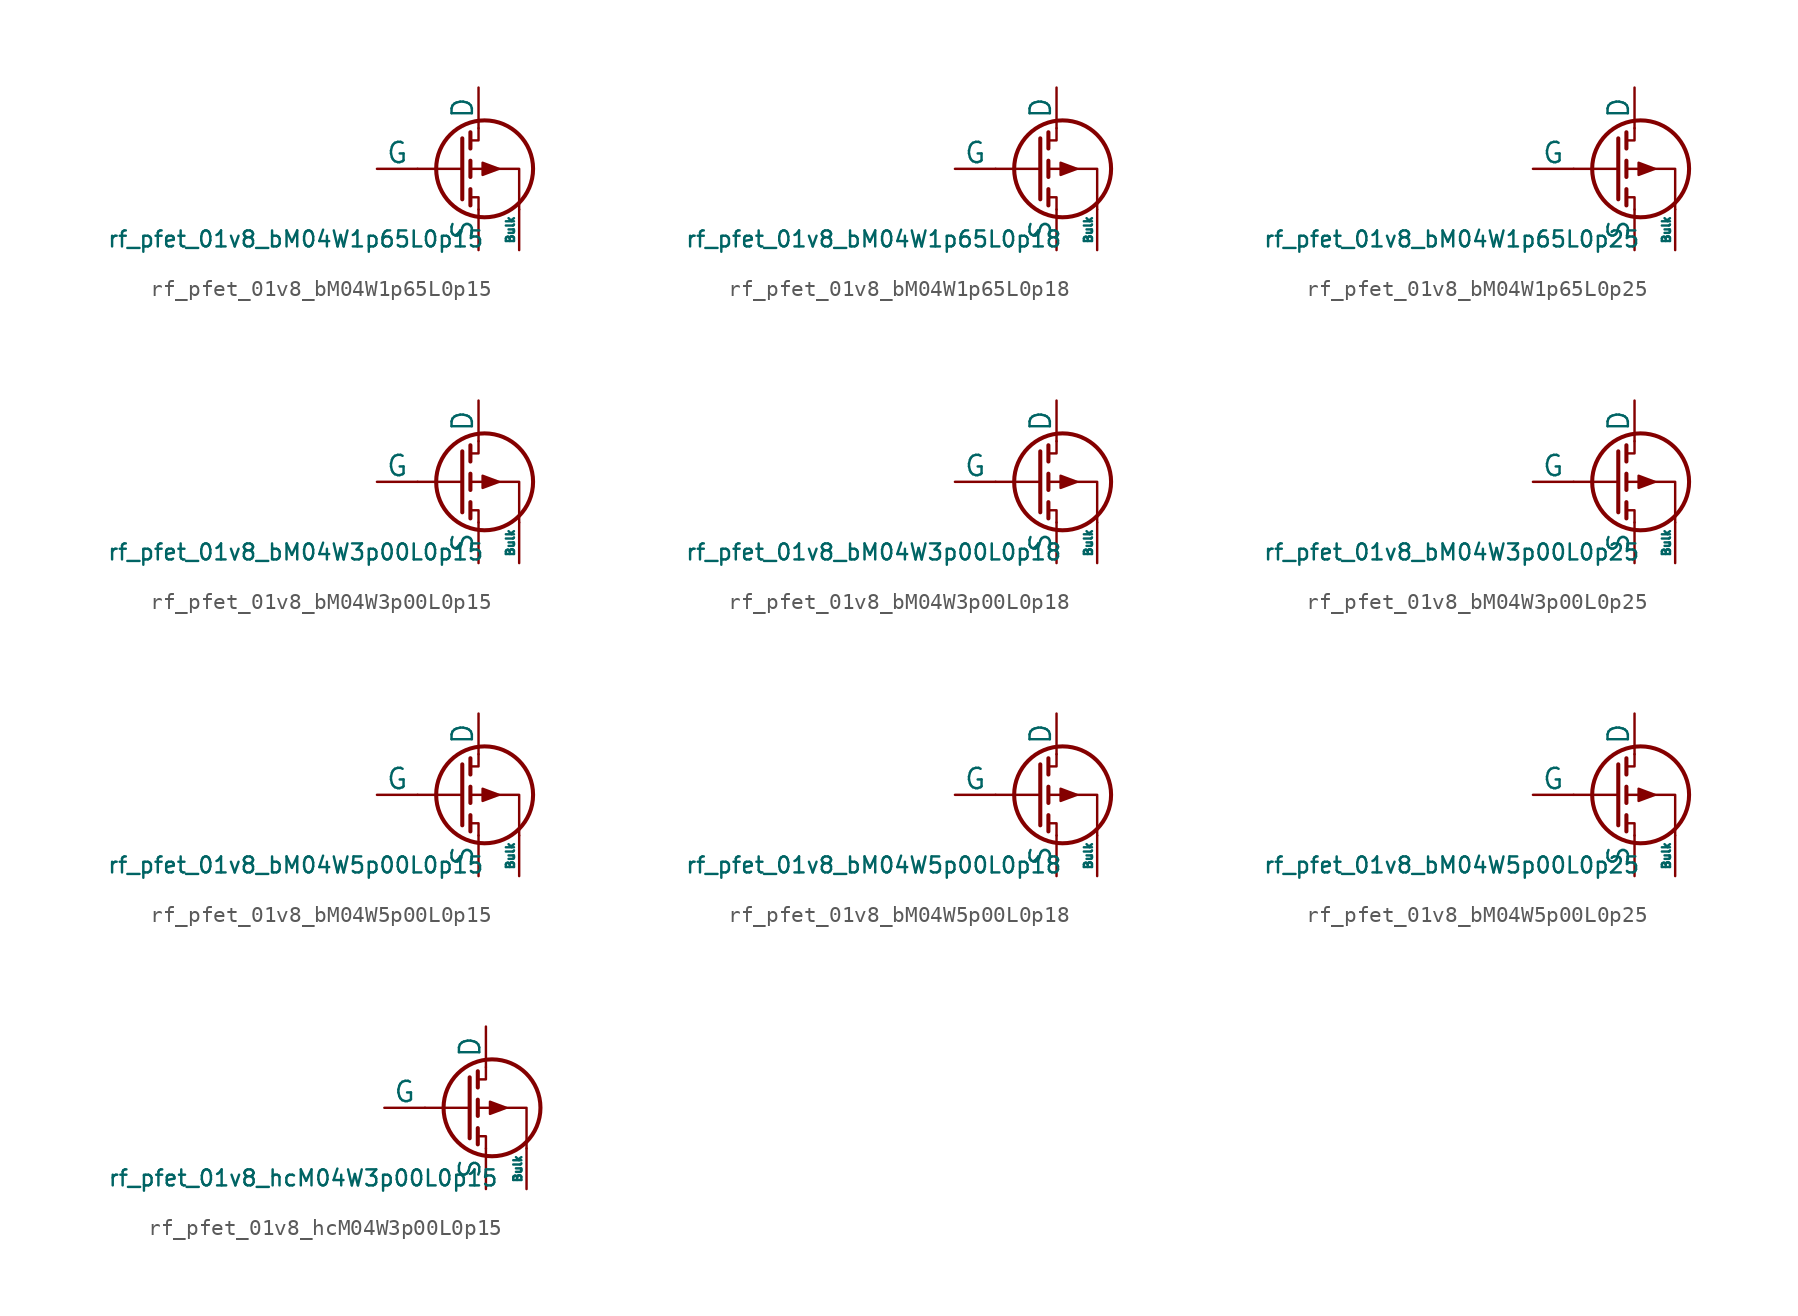
<source format=kicad_sym>
(kicad_symbol_lib
  (version 20211014)
  (generator pdk2kicad)
  (symbol "rf_pfet_01v8_bM04W1p65L0p15"
    (pin_numbers hide)
    (pin_names
      (offset 0))
    (property "Reference" "Q"
      (at 0 0 0)
      (effects (font (size 1 1)) hide))
    (property "Value" "rf_pfet_01v8_bM04W1p65L0p15"
      (at -8.89 -3.81 0)
      (effects (font (size 1 1)) (justify top)))
    (polyline
      (pts (xy 1.524 0) (xy -1.27 0))
      (stroke (width 0) (type default))
      (fill (type none)))
    (polyline
      (pts (xy 1.524 1.905) (xy 1.524 -1.905))
      (stroke (width 0.254) (type default))
      (fill (type none)))
    (polyline
      (pts (xy 2.032 -1.27) (xy 2.032 -2.286))
      (stroke (width 0.254) (type default))
      (fill (type none)))
    (polyline
      (pts (xy 2.032 0.508) (xy 2.032 -0.508))
      (stroke (width 0.254) (type default))
      (fill (type none)))
    (polyline
      (pts (xy 2.032 2.286) (xy 2.032 1.27))
      (stroke (width 0.254) (type default))
      (fill (type none)))
    (polyline
      (pts (xy 2.032 1.778) (xy 2.54 1.778) (xy 2.54 2.54))
      (stroke (width 0) (type default))
      (fill (type none)))
    (polyline
      (pts (xy 2.54 -2.54) (xy 2.54 -1.778) (xy 2.032 -1.778))
      (stroke (width 0) (type default))
      (fill (type none)))
    (polyline
      (pts (xy 5.08 -2.54) (xy 5.08 0) (xy 2.032 0))
      (stroke (width 0) (type default))
      (fill (type none)))
    (polyline
      (pts (xy 3.81 0) (xy 2.794 0.381) (xy 2.794 -0.381) (xy 3.81 0))
      (stroke (width 0) (type default))
      (fill (type outline)))
    (circle
      (center 2.921 0)
      (radius 3.029)
      (stroke (width 0.254) (type default))
      (fill (type none)))
    (pin passive line
      (at 2.54 5.08 270)
      (length 2.54)
      (name "D" (effects (font (size 1.27 1.27))))
      (number "2" (effects (font (size 1.27 1.27)))))
    (pin input line
      (at -3.81 0 0)
      (length 2.54)
      (name "G" (effects (font (size 1.27 1.27))))
      (number "3" (effects (font (size 1.27 1.27)))))
    (pin passive line
      (at 2.54 -5.08 90)
      (length 2.54)
      (name "S" (effects (font (size 1.27 1.27))))
      (number "4" (effects (font (size 1.27 1.27)))))
    (pin input line
      (at 5.08 -5.08 90)
      (length 2.54)
      (name "Bulk" (effects (font (size 0.508 0.508))))
      (number "1" (effects (font (size 1.27 1.27))))))
  (symbol "rf_pfet_01v8_bM04W1p65L0p18"
    (pin_numbers hide)
    (pin_names
      (offset 0))
    (property "Reference" "Q"
      (at 0 0 0)
      (effects (font (size 1 1)) hide))
    (property "Value" "rf_pfet_01v8_bM04W1p65L0p18"
      (at -8.89 -3.81 0)
      (effects (font (size 1 1)) (justify top)))
    (polyline
      (pts (xy 1.524 0) (xy -1.27 0))
      (stroke (width 0) (type default))
      (fill (type none)))
    (polyline
      (pts (xy 1.524 1.905) (xy 1.524 -1.905))
      (stroke (width 0.254) (type default))
      (fill (type none)))
    (polyline
      (pts (xy 2.032 -1.27) (xy 2.032 -2.286))
      (stroke (width 0.254) (type default))
      (fill (type none)))
    (polyline
      (pts (xy 2.032 0.508) (xy 2.032 -0.508))
      (stroke (width 0.254) (type default))
      (fill (type none)))
    (polyline
      (pts (xy 2.032 2.286) (xy 2.032 1.27))
      (stroke (width 0.254) (type default))
      (fill (type none)))
    (polyline
      (pts (xy 2.032 1.778) (xy 2.54 1.778) (xy 2.54 2.54))
      (stroke (width 0) (type default))
      (fill (type none)))
    (polyline
      (pts (xy 2.54 -2.54) (xy 2.54 -1.778) (xy 2.032 -1.778))
      (stroke (width 0) (type default))
      (fill (type none)))
    (polyline
      (pts (xy 5.08 -2.54) (xy 5.08 0) (xy 2.032 0))
      (stroke (width 0) (type default))
      (fill (type none)))
    (polyline
      (pts (xy 3.81 0) (xy 2.794 0.381) (xy 2.794 -0.381) (xy 3.81 0))
      (stroke (width 0) (type default))
      (fill (type outline)))
    (circle
      (center 2.921 0)
      (radius 3.029)
      (stroke (width 0.254) (type default))
      (fill (type none)))
    (pin passive line
      (at 2.54 5.08 270)
      (length 2.54)
      (name "D" (effects (font (size 1.27 1.27))))
      (number "2" (effects (font (size 1.27 1.27)))))
    (pin input line
      (at -3.81 0 0)
      (length 2.54)
      (name "G" (effects (font (size 1.27 1.27))))
      (number "3" (effects (font (size 1.27 1.27)))))
    (pin passive line
      (at 2.54 -5.08 90)
      (length 2.54)
      (name "S" (effects (font (size 1.27 1.27))))
      (number "4" (effects (font (size 1.27 1.27)))))
    (pin input line
      (at 5.08 -5.08 90)
      (length 2.54)
      (name "Bulk" (effects (font (size 0.508 0.508))))
      (number "1" (effects (font (size 1.27 1.27))))))
  (symbol "rf_pfet_01v8_bM04W1p65L0p25"
    (pin_numbers hide)
    (pin_names
      (offset 0))
    (property "Reference" "Q"
      (at 0 0 0)
      (effects (font (size 1 1)) hide))
    (property "Value" "rf_pfet_01v8_bM04W1p65L0p25"
      (at -8.89 -3.81 0)
      (effects (font (size 1 1)) (justify top)))
    (polyline
      (pts (xy 1.524 0) (xy -1.27 0))
      (stroke (width 0) (type default))
      (fill (type none)))
    (polyline
      (pts (xy 1.524 1.905) (xy 1.524 -1.905))
      (stroke (width 0.254) (type default))
      (fill (type none)))
    (polyline
      (pts (xy 2.032 -1.27) (xy 2.032 -2.286))
      (stroke (width 0.254) (type default))
      (fill (type none)))
    (polyline
      (pts (xy 2.032 0.508) (xy 2.032 -0.508))
      (stroke (width 0.254) (type default))
      (fill (type none)))
    (polyline
      (pts (xy 2.032 2.286) (xy 2.032 1.27))
      (stroke (width 0.254) (type default))
      (fill (type none)))
    (polyline
      (pts (xy 2.032 1.778) (xy 2.54 1.778) (xy 2.54 2.54))
      (stroke (width 0) (type default))
      (fill (type none)))
    (polyline
      (pts (xy 2.54 -2.54) (xy 2.54 -1.778) (xy 2.032 -1.778))
      (stroke (width 0) (type default))
      (fill (type none)))
    (polyline
      (pts (xy 5.08 -2.54) (xy 5.08 0) (xy 2.032 0))
      (stroke (width 0) (type default))
      (fill (type none)))
    (polyline
      (pts (xy 3.81 0) (xy 2.794 0.381) (xy 2.794 -0.381) (xy 3.81 0))
      (stroke (width 0) (type default))
      (fill (type outline)))
    (circle
      (center 2.921 0)
      (radius 3.029)
      (stroke (width 0.254) (type default))
      (fill (type none)))
    (pin passive line
      (at 2.54 5.08 270)
      (length 2.54)
      (name "D" (effects (font (size 1.27 1.27))))
      (number "2" (effects (font (size 1.27 1.27)))))
    (pin input line
      (at -3.81 0 0)
      (length 2.54)
      (name "G" (effects (font (size 1.27 1.27))))
      (number "3" (effects (font (size 1.27 1.27)))))
    (pin passive line
      (at 2.54 -5.08 90)
      (length 2.54)
      (name "S" (effects (font (size 1.27 1.27))))
      (number "4" (effects (font (size 1.27 1.27)))))
    (pin input line
      (at 5.08 -5.08 90)
      (length 2.54)
      (name "Bulk" (effects (font (size 0.508 0.508))))
      (number "1" (effects (font (size 1.27 1.27))))))
  (symbol "rf_pfet_01v8_bM04W3p00L0p15"
    (pin_numbers hide)
    (pin_names
      (offset 0))
    (property "Reference" "Q"
      (at 0 0 0)
      (effects (font (size 1 1)) hide))
    (property "Value" "rf_pfet_01v8_bM04W3p00L0p15"
      (at -8.89 -3.81 0)
      (effects (font (size 1 1)) (justify top)))
    (polyline
      (pts (xy 1.524 0) (xy -1.27 0))
      (stroke (width 0) (type default))
      (fill (type none)))
    (polyline
      (pts (xy 1.524 1.905) (xy 1.524 -1.905))
      (stroke (width 0.254) (type default))
      (fill (type none)))
    (polyline
      (pts (xy 2.032 -1.27) (xy 2.032 -2.286))
      (stroke (width 0.254) (type default))
      (fill (type none)))
    (polyline
      (pts (xy 2.032 0.508) (xy 2.032 -0.508))
      (stroke (width 0.254) (type default))
      (fill (type none)))
    (polyline
      (pts (xy 2.032 2.286) (xy 2.032 1.27))
      (stroke (width 0.254) (type default))
      (fill (type none)))
    (polyline
      (pts (xy 2.032 1.778) (xy 2.54 1.778) (xy 2.54 2.54))
      (stroke (width 0) (type default))
      (fill (type none)))
    (polyline
      (pts (xy 2.54 -2.54) (xy 2.54 -1.778) (xy 2.032 -1.778))
      (stroke (width 0) (type default))
      (fill (type none)))
    (polyline
      (pts (xy 5.08 -2.54) (xy 5.08 0) (xy 2.032 0))
      (stroke (width 0) (type default))
      (fill (type none)))
    (polyline
      (pts (xy 3.81 0) (xy 2.794 0.381) (xy 2.794 -0.381) (xy 3.81 0))
      (stroke (width 0) (type default))
      (fill (type outline)))
    (circle
      (center 2.921 0)
      (radius 3.029)
      (stroke (width 0.254) (type default))
      (fill (type none)))
    (pin passive line
      (at 2.54 5.08 270)
      (length 2.54)
      (name "D" (effects (font (size 1.27 1.27))))
      (number "2" (effects (font (size 1.27 1.27)))))
    (pin input line
      (at -3.81 0 0)
      (length 2.54)
      (name "G" (effects (font (size 1.27 1.27))))
      (number "3" (effects (font (size 1.27 1.27)))))
    (pin passive line
      (at 2.54 -5.08 90)
      (length 2.54)
      (name "S" (effects (font (size 1.27 1.27))))
      (number "4" (effects (font (size 1.27 1.27)))))
    (pin input line
      (at 5.08 -5.08 90)
      (length 2.54)
      (name "Bulk" (effects (font (size 0.508 0.508))))
      (number "1" (effects (font (size 1.27 1.27))))))
  (symbol "rf_pfet_01v8_bM04W3p00L0p18"
    (pin_numbers hide)
    (pin_names
      (offset 0))
    (property "Reference" "Q"
      (at 0 0 0)
      (effects (font (size 1 1)) hide))
    (property "Value" "rf_pfet_01v8_bM04W3p00L0p18"
      (at -8.89 -3.81 0)
      (effects (font (size 1 1)) (justify top)))
    (polyline
      (pts (xy 1.524 0) (xy -1.27 0))
      (stroke (width 0) (type default))
      (fill (type none)))
    (polyline
      (pts (xy 1.524 1.905) (xy 1.524 -1.905))
      (stroke (width 0.254) (type default))
      (fill (type none)))
    (polyline
      (pts (xy 2.032 -1.27) (xy 2.032 -2.286))
      (stroke (width 0.254) (type default))
      (fill (type none)))
    (polyline
      (pts (xy 2.032 0.508) (xy 2.032 -0.508))
      (stroke (width 0.254) (type default))
      (fill (type none)))
    (polyline
      (pts (xy 2.032 2.286) (xy 2.032 1.27))
      (stroke (width 0.254) (type default))
      (fill (type none)))
    (polyline
      (pts (xy 2.032 1.778) (xy 2.54 1.778) (xy 2.54 2.54))
      (stroke (width 0) (type default))
      (fill (type none)))
    (polyline
      (pts (xy 2.54 -2.54) (xy 2.54 -1.778) (xy 2.032 -1.778))
      (stroke (width 0) (type default))
      (fill (type none)))
    (polyline
      (pts (xy 5.08 -2.54) (xy 5.08 0) (xy 2.032 0))
      (stroke (width 0) (type default))
      (fill (type none)))
    (polyline
      (pts (xy 3.81 0) (xy 2.794 0.381) (xy 2.794 -0.381) (xy 3.81 0))
      (stroke (width 0) (type default))
      (fill (type outline)))
    (circle
      (center 2.921 0)
      (radius 3.029)
      (stroke (width 0.254) (type default))
      (fill (type none)))
    (pin passive line
      (at 2.54 5.08 270)
      (length 2.54)
      (name "D" (effects (font (size 1.27 1.27))))
      (number "2" (effects (font (size 1.27 1.27)))))
    (pin input line
      (at -3.81 0 0)
      (length 2.54)
      (name "G" (effects (font (size 1.27 1.27))))
      (number "3" (effects (font (size 1.27 1.27)))))
    (pin passive line
      (at 2.54 -5.08 90)
      (length 2.54)
      (name "S" (effects (font (size 1.27 1.27))))
      (number "4" (effects (font (size 1.27 1.27)))))
    (pin input line
      (at 5.08 -5.08 90)
      (length 2.54)
      (name "Bulk" (effects (font (size 0.508 0.508))))
      (number "1" (effects (font (size 1.27 1.27))))))
  (symbol "rf_pfet_01v8_bM04W3p00L0p25"
    (pin_numbers hide)
    (pin_names
      (offset 0))
    (property "Reference" "Q"
      (at 0 0 0)
      (effects (font (size 1 1)) hide))
    (property "Value" "rf_pfet_01v8_bM04W3p00L0p25"
      (at -8.89 -3.81 0)
      (effects (font (size 1 1)) (justify top)))
    (polyline
      (pts (xy 1.524 0) (xy -1.27 0))
      (stroke (width 0) (type default))
      (fill (type none)))
    (polyline
      (pts (xy 1.524 1.905) (xy 1.524 -1.905))
      (stroke (width 0.254) (type default))
      (fill (type none)))
    (polyline
      (pts (xy 2.032 -1.27) (xy 2.032 -2.286))
      (stroke (width 0.254) (type default))
      (fill (type none)))
    (polyline
      (pts (xy 2.032 0.508) (xy 2.032 -0.508))
      (stroke (width 0.254) (type default))
      (fill (type none)))
    (polyline
      (pts (xy 2.032 2.286) (xy 2.032 1.27))
      (stroke (width 0.254) (type default))
      (fill (type none)))
    (polyline
      (pts (xy 2.032 1.778) (xy 2.54 1.778) (xy 2.54 2.54))
      (stroke (width 0) (type default))
      (fill (type none)))
    (polyline
      (pts (xy 2.54 -2.54) (xy 2.54 -1.778) (xy 2.032 -1.778))
      (stroke (width 0) (type default))
      (fill (type none)))
    (polyline
      (pts (xy 5.08 -2.54) (xy 5.08 0) (xy 2.032 0))
      (stroke (width 0) (type default))
      (fill (type none)))
    (polyline
      (pts (xy 3.81 0) (xy 2.794 0.381) (xy 2.794 -0.381) (xy 3.81 0))
      (stroke (width 0) (type default))
      (fill (type outline)))
    (circle
      (center 2.921 0)
      (radius 3.029)
      (stroke (width 0.254) (type default))
      (fill (type none)))
    (pin passive line
      (at 2.54 5.08 270)
      (length 2.54)
      (name "D" (effects (font (size 1.27 1.27))))
      (number "2" (effects (font (size 1.27 1.27)))))
    (pin input line
      (at -3.81 0 0)
      (length 2.54)
      (name "G" (effects (font (size 1.27 1.27))))
      (number "3" (effects (font (size 1.27 1.27)))))
    (pin passive line
      (at 2.54 -5.08 90)
      (length 2.54)
      (name "S" (effects (font (size 1.27 1.27))))
      (number "4" (effects (font (size 1.27 1.27)))))
    (pin input line
      (at 5.08 -5.08 90)
      (length 2.54)
      (name "Bulk" (effects (font (size 0.508 0.508))))
      (number "1" (effects (font (size 1.27 1.27))))))
  (symbol "rf_pfet_01v8_bM04W5p00L0p15"
    (pin_numbers hide)
    (pin_names
      (offset 0))
    (property "Reference" "Q"
      (at 0 0 0)
      (effects (font (size 1 1)) hide))
    (property "Value" "rf_pfet_01v8_bM04W5p00L0p15"
      (at -8.89 -3.81 0)
      (effects (font (size 1 1)) (justify top)))
    (polyline
      (pts (xy 1.524 0) (xy -1.27 0))
      (stroke (width 0) (type default))
      (fill (type none)))
    (polyline
      (pts (xy 1.524 1.905) (xy 1.524 -1.905))
      (stroke (width 0.254) (type default))
      (fill (type none)))
    (polyline
      (pts (xy 2.032 -1.27) (xy 2.032 -2.286))
      (stroke (width 0.254) (type default))
      (fill (type none)))
    (polyline
      (pts (xy 2.032 0.508) (xy 2.032 -0.508))
      (stroke (width 0.254) (type default))
      (fill (type none)))
    (polyline
      (pts (xy 2.032 2.286) (xy 2.032 1.27))
      (stroke (width 0.254) (type default))
      (fill (type none)))
    (polyline
      (pts (xy 2.032 1.778) (xy 2.54 1.778) (xy 2.54 2.54))
      (stroke (width 0) (type default))
      (fill (type none)))
    (polyline
      (pts (xy 2.54 -2.54) (xy 2.54 -1.778) (xy 2.032 -1.778))
      (stroke (width 0) (type default))
      (fill (type none)))
    (polyline
      (pts (xy 5.08 -2.54) (xy 5.08 0) (xy 2.032 0))
      (stroke (width 0) (type default))
      (fill (type none)))
    (polyline
      (pts (xy 3.81 0) (xy 2.794 0.381) (xy 2.794 -0.381) (xy 3.81 0))
      (stroke (width 0) (type default))
      (fill (type outline)))
    (circle
      (center 2.921 0)
      (radius 3.029)
      (stroke (width 0.254) (type default))
      (fill (type none)))
    (pin passive line
      (at 2.54 5.08 270)
      (length 2.54)
      (name "D" (effects (font (size 1.27 1.27))))
      (number "2" (effects (font (size 1.27 1.27)))))
    (pin input line
      (at -3.81 0 0)
      (length 2.54)
      (name "G" (effects (font (size 1.27 1.27))))
      (number "3" (effects (font (size 1.27 1.27)))))
    (pin passive line
      (at 2.54 -5.08 90)
      (length 2.54)
      (name "S" (effects (font (size 1.27 1.27))))
      (number "4" (effects (font (size 1.27 1.27)))))
    (pin input line
      (at 5.08 -5.08 90)
      (length 2.54)
      (name "Bulk" (effects (font (size 0.508 0.508))))
      (number "1" (effects (font (size 1.27 1.27))))))
  (symbol "rf_pfet_01v8_bM04W5p00L0p18"
    (pin_numbers hide)
    (pin_names
      (offset 0))
    (property "Reference" "Q"
      (at 0 0 0)
      (effects (font (size 1 1)) hide))
    (property "Value" "rf_pfet_01v8_bM04W5p00L0p18"
      (at -8.89 -3.81 0)
      (effects (font (size 1 1)) (justify top)))
    (polyline
      (pts (xy 1.524 0) (xy -1.27 0))
      (stroke (width 0) (type default))
      (fill (type none)))
    (polyline
      (pts (xy 1.524 1.905) (xy 1.524 -1.905))
      (stroke (width 0.254) (type default))
      (fill (type none)))
    (polyline
      (pts (xy 2.032 -1.27) (xy 2.032 -2.286))
      (stroke (width 0.254) (type default))
      (fill (type none)))
    (polyline
      (pts (xy 2.032 0.508) (xy 2.032 -0.508))
      (stroke (width 0.254) (type default))
      (fill (type none)))
    (polyline
      (pts (xy 2.032 2.286) (xy 2.032 1.27))
      (stroke (width 0.254) (type default))
      (fill (type none)))
    (polyline
      (pts (xy 2.032 1.778) (xy 2.54 1.778) (xy 2.54 2.54))
      (stroke (width 0) (type default))
      (fill (type none)))
    (polyline
      (pts (xy 2.54 -2.54) (xy 2.54 -1.778) (xy 2.032 -1.778))
      (stroke (width 0) (type default))
      (fill (type none)))
    (polyline
      (pts (xy 5.08 -2.54) (xy 5.08 0) (xy 2.032 0))
      (stroke (width 0) (type default))
      (fill (type none)))
    (polyline
      (pts (xy 3.81 0) (xy 2.794 0.381) (xy 2.794 -0.381) (xy 3.81 0))
      (stroke (width 0) (type default))
      (fill (type outline)))
    (circle
      (center 2.921 0)
      (radius 3.029)
      (stroke (width 0.254) (type default))
      (fill (type none)))
    (pin passive line
      (at 2.54 5.08 270)
      (length 2.54)
      (name "D" (effects (font (size 1.27 1.27))))
      (number "2" (effects (font (size 1.27 1.27)))))
    (pin input line
      (at -3.81 0 0)
      (length 2.54)
      (name "G" (effects (font (size 1.27 1.27))))
      (number "3" (effects (font (size 1.27 1.27)))))
    (pin passive line
      (at 2.54 -5.08 90)
      (length 2.54)
      (name "S" (effects (font (size 1.27 1.27))))
      (number "4" (effects (font (size 1.27 1.27)))))
    (pin input line
      (at 5.08 -5.08 90)
      (length 2.54)
      (name "Bulk" (effects (font (size 0.508 0.508))))
      (number "1" (effects (font (size 1.27 1.27))))))
  (symbol "rf_pfet_01v8_bM04W5p00L0p25"
    (pin_numbers hide)
    (pin_names
      (offset 0))
    (property "Reference" "Q"
      (at 0 0 0)
      (effects (font (size 1 1)) hide))
    (property "Value" "rf_pfet_01v8_bM04W5p00L0p25"
      (at -8.89 -3.81 0)
      (effects (font (size 1 1)) (justify top)))
    (polyline
      (pts (xy 1.524 0) (xy -1.27 0))
      (stroke (width 0) (type default))
      (fill (type none)))
    (polyline
      (pts (xy 1.524 1.905) (xy 1.524 -1.905))
      (stroke (width 0.254) (type default))
      (fill (type none)))
    (polyline
      (pts (xy 2.032 -1.27) (xy 2.032 -2.286))
      (stroke (width 0.254) (type default))
      (fill (type none)))
    (polyline
      (pts (xy 2.032 0.508) (xy 2.032 -0.508))
      (stroke (width 0.254) (type default))
      (fill (type none)))
    (polyline
      (pts (xy 2.032 2.286) (xy 2.032 1.27))
      (stroke (width 0.254) (type default))
      (fill (type none)))
    (polyline
      (pts (xy 2.032 1.778) (xy 2.54 1.778) (xy 2.54 2.54))
      (stroke (width 0) (type default))
      (fill (type none)))
    (polyline
      (pts (xy 2.54 -2.54) (xy 2.54 -1.778) (xy 2.032 -1.778))
      (stroke (width 0) (type default))
      (fill (type none)))
    (polyline
      (pts (xy 5.08 -2.54) (xy 5.08 0) (xy 2.032 0))
      (stroke (width 0) (type default))
      (fill (type none)))
    (polyline
      (pts (xy 3.81 0) (xy 2.794 0.381) (xy 2.794 -0.381) (xy 3.81 0))
      (stroke (width 0) (type default))
      (fill (type outline)))
    (circle
      (center 2.921 0)
      (radius 3.029)
      (stroke (width 0.254) (type default))
      (fill (type none)))
    (pin passive line
      (at 2.54 5.08 270)
      (length 2.54)
      (name "D" (effects (font (size 1.27 1.27))))
      (number "2" (effects (font (size 1.27 1.27)))))
    (pin input line
      (at -3.81 0 0)
      (length 2.54)
      (name "G" (effects (font (size 1.27 1.27))))
      (number "3" (effects (font (size 1.27 1.27)))))
    (pin passive line
      (at 2.54 -5.08 90)
      (length 2.54)
      (name "S" (effects (font (size 1.27 1.27))))
      (number "4" (effects (font (size 1.27 1.27)))))
    (pin input line
      (at 5.08 -5.08 90)
      (length 2.54)
      (name "Bulk" (effects (font (size 0.508 0.508))))
      (number "1" (effects (font (size 1.27 1.27))))))
  (symbol "rf_pfet_01v8_hcM04W3p00L0p15"
    (pin_numbers hide)
    (pin_names
      (offset 0))
    (property "Reference" "Q"
      (at 0 0 0)
      (effects (font (size 1 1)) hide))
    (property "Value" "rf_pfet_01v8_hcM04W3p00L0p15"
      (at -8.89 -3.81 0)
      (effects (font (size 1 1)) (justify top)))
    (polyline
      (pts (xy 1.524 0) (xy -1.27 0))
      (stroke (width 0) (type default))
      (fill (type none)))
    (polyline
      (pts (xy 1.524 1.905) (xy 1.524 -1.905))
      (stroke (width 0.254) (type default))
      (fill (type none)))
    (polyline
      (pts (xy 2.032 -1.27) (xy 2.032 -2.286))
      (stroke (width 0.254) (type default))
      (fill (type none)))
    (polyline
      (pts (xy 2.032 0.508) (xy 2.032 -0.508))
      (stroke (width 0.254) (type default))
      (fill (type none)))
    (polyline
      (pts (xy 2.032 2.286) (xy 2.032 1.27))
      (stroke (width 0.254) (type default))
      (fill (type none)))
    (polyline
      (pts (xy 2.032 1.778) (xy 2.54 1.778) (xy 2.54 2.54))
      (stroke (width 0) (type default))
      (fill (type none)))
    (polyline
      (pts (xy 2.54 -2.54) (xy 2.54 -1.778) (xy 2.032 -1.778))
      (stroke (width 0) (type default))
      (fill (type none)))
    (polyline
      (pts (xy 5.08 -2.54) (xy 5.08 0) (xy 2.032 0))
      (stroke (width 0) (type default))
      (fill (type none)))
    (polyline
      (pts (xy 3.81 0) (xy 2.794 0.381) (xy 2.794 -0.381) (xy 3.81 0))
      (stroke (width 0) (type default))
      (fill (type outline)))
    (circle
      (center 2.921 0)
      (radius 3.029)
      (stroke (width 0.254) (type default))
      (fill (type none)))
    (pin passive line
      (at 2.54 5.08 270)
      (length 2.54)
      (name "D" (effects (font (size 1.27 1.27))))
      (number "2" (effects (font (size 1.27 1.27)))))
    (pin input line
      (at -3.81 0 0)
      (length 2.54)
      (name "G" (effects (font (size 1.27 1.27))))
      (number "3" (effects (font (size 1.27 1.27)))))
    (pin passive line
      (at 2.54 -5.08 90)
      (length 2.54)
      (name "S" (effects (font (size 1.27 1.27))))
      (number "4" (effects (font (size 1.27 1.27)))))
    (pin input line
      (at 5.08 -5.08 90)
      (length 2.54)
      (name "Bulk" (effects (font (size 0.508 0.508))))
      (number "1" (effects (font (size 1.27 1.27)))))))
</source>
